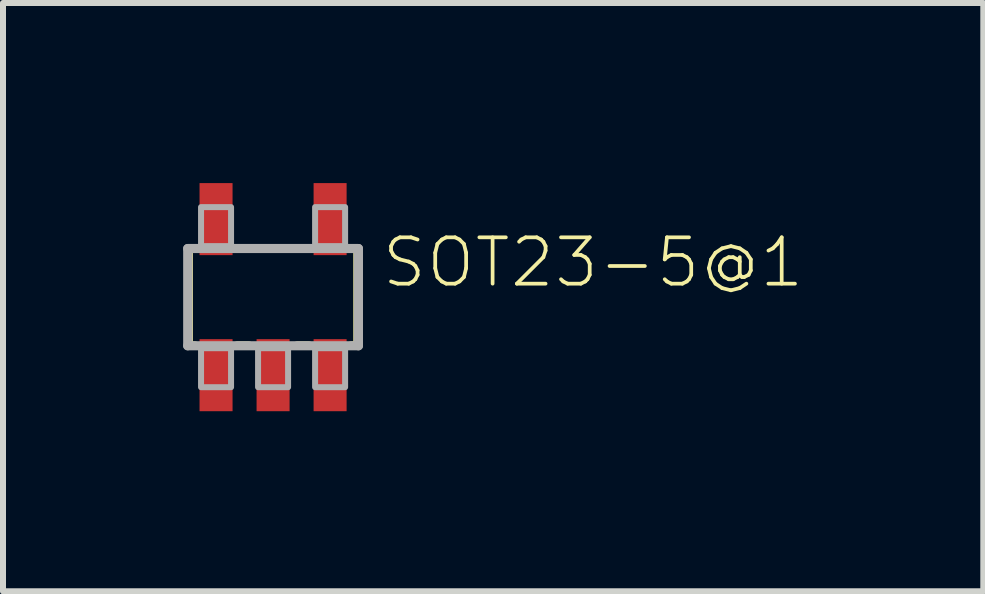
<source format=kicad_pcb>
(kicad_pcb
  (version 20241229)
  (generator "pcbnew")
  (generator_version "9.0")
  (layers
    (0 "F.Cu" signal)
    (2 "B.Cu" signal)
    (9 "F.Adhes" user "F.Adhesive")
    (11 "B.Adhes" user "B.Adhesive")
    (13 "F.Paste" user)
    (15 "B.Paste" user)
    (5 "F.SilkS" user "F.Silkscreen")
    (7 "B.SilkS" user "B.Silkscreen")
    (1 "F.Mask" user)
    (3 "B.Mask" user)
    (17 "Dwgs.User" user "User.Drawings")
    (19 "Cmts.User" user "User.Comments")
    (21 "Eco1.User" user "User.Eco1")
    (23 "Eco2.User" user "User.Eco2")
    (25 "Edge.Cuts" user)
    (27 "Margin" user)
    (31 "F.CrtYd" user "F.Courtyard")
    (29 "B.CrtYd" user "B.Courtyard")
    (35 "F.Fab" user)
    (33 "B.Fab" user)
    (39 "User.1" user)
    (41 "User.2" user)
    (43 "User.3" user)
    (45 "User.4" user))
  (footprint "SOT23-5@1"
    (layer "F.Cu")
    (at 1.499 1.9)
    (property "Reference" "SOT23-5@1" (at 1.778 -0.127 0) (layer "F.SilkS") (effects (font (size 0.772 0.772) (thickness 0.062)) (justify left bottom)))
    (attr through_hole)
    (fp_line (start -1.4 -0.8) (end -1.4 0.8) (stroke (width 0.127) (type solid)) (layer "F.SilkS"))
    (fp_line (start -1.4 0.8) (end -1.3 0.8) (stroke (width 0.127) (type solid)) (layer "F.SilkS"))
    (fp_line (start -1.3 -0.8) (end -1.4 -0.8) (stroke (width 0.127) (type solid)) (layer "F.SilkS"))
    (fp_line (start -0.6 -0.8) (end 0.6 -0.8) (stroke (width 0.127) (type solid)) (layer "F.SilkS"))
    (fp_line (start -0.6 0.8) (end -0.4 0.8) (stroke (width 0.127) (type solid)) (layer "F.SilkS"))
    (fp_line (start 0.4 0.8) (end 0.6 0.8) (stroke (width 0.127) (type solid)) (layer "F.SilkS"))
    (fp_line (start 1.3 -0.8) (end 1.4 -0.8) (stroke (width 0.127) (type solid)) (layer "F.SilkS"))
    (fp_line (start 1.4 -0.8) (end 1.4 0.8) (stroke (width 0.127) (type solid)) (layer "F.SilkS"))
    (fp_line (start 1.4 0.8) (end 1.3 0.8) (stroke (width 0.127) (type solid)) (layer "F.SilkS"))
    (fp_line (start -1.422 -0.81) (end 1.422 -0.81) (stroke (width 0.152) (type solid)) (layer "F.Fab"))
    (fp_line (start -1.422 0.81) (end -1.422 -0.81) (stroke (width 0.152) (type solid)) (layer "F.Fab"))
    (fp_line (start 1.422 -0.81) (end 1.422 0.81) (stroke (width 0.152) (type solid)) (layer "F.Fab"))
    (fp_line (start 1.422 0.81) (end -1.422 0.81) (stroke (width 0.152) (type solid)) (layer "F.Fab"))
    (fp_poly (pts (xy -1.2 -0.85) (xy -0.7 -0.85) (xy -0.7 -1.5) (xy -1.2 -1.5)) (stroke (width 0.1) (type solid)) (fill no) (layer "F.Fab"))
    (fp_poly (pts (xy -1.2 1.5) (xy -0.7 1.5) (xy -0.7 0.85) (xy -1.2 0.85)) (stroke (width 0.1) (type solid)) (fill no) (layer "F.Fab"))
    (fp_poly (pts (xy -0.25 1.5) (xy 0.25 1.5) (xy 0.25 0.85) (xy -0.25 0.85)) (stroke (width 0.1) (type solid)) (fill no) (layer "F.Fab"))
    (fp_poly (pts (xy 0.7 -0.85) (xy 1.2 -0.85) (xy 1.2 -1.5) (xy 0.7 -1.5)) (stroke (width 0.1) (type solid)) (fill no) (layer "F.Fab"))
    (fp_poly (pts (xy 0.7 1.5) (xy 1.2 1.5) (xy 1.2 0.85) (xy 0.7 0.85)) (stroke (width 0.1) (type solid)) (fill no) (layer "F.Fab"))
    (pad "1" smd rect (at -0.95 1.3) (size 0.55 1.2) (layers "F.Cu" "F.Mask" "F.Paste"))
    (pad "2" smd rect (at 0 1.3) (size 0.55 1.2) (layers "F.Cu" "F.Mask" "F.Paste"))
    (pad "3" smd rect (at 0.95 1.3) (size 0.55 1.2) (layers "F.Cu" "F.Mask" "F.Paste"))
    (pad "4" smd rect (at 0.95 -1.3) (size 0.55 1.2) (layers "F.Cu" "F.Mask" "F.Paste"))
    (pad "5" smd rect (at -0.95 -1.3) (size 0.55 1.2) (layers "F.Cu" "F.Mask" "F.Paste")))
  (gr_rect
    (start -3 -3)
    (end 13.33 6.8)
    (stroke (width 0.1) (type default))
    (fill no)
    (layer "Edge.Cuts")))
</source>
